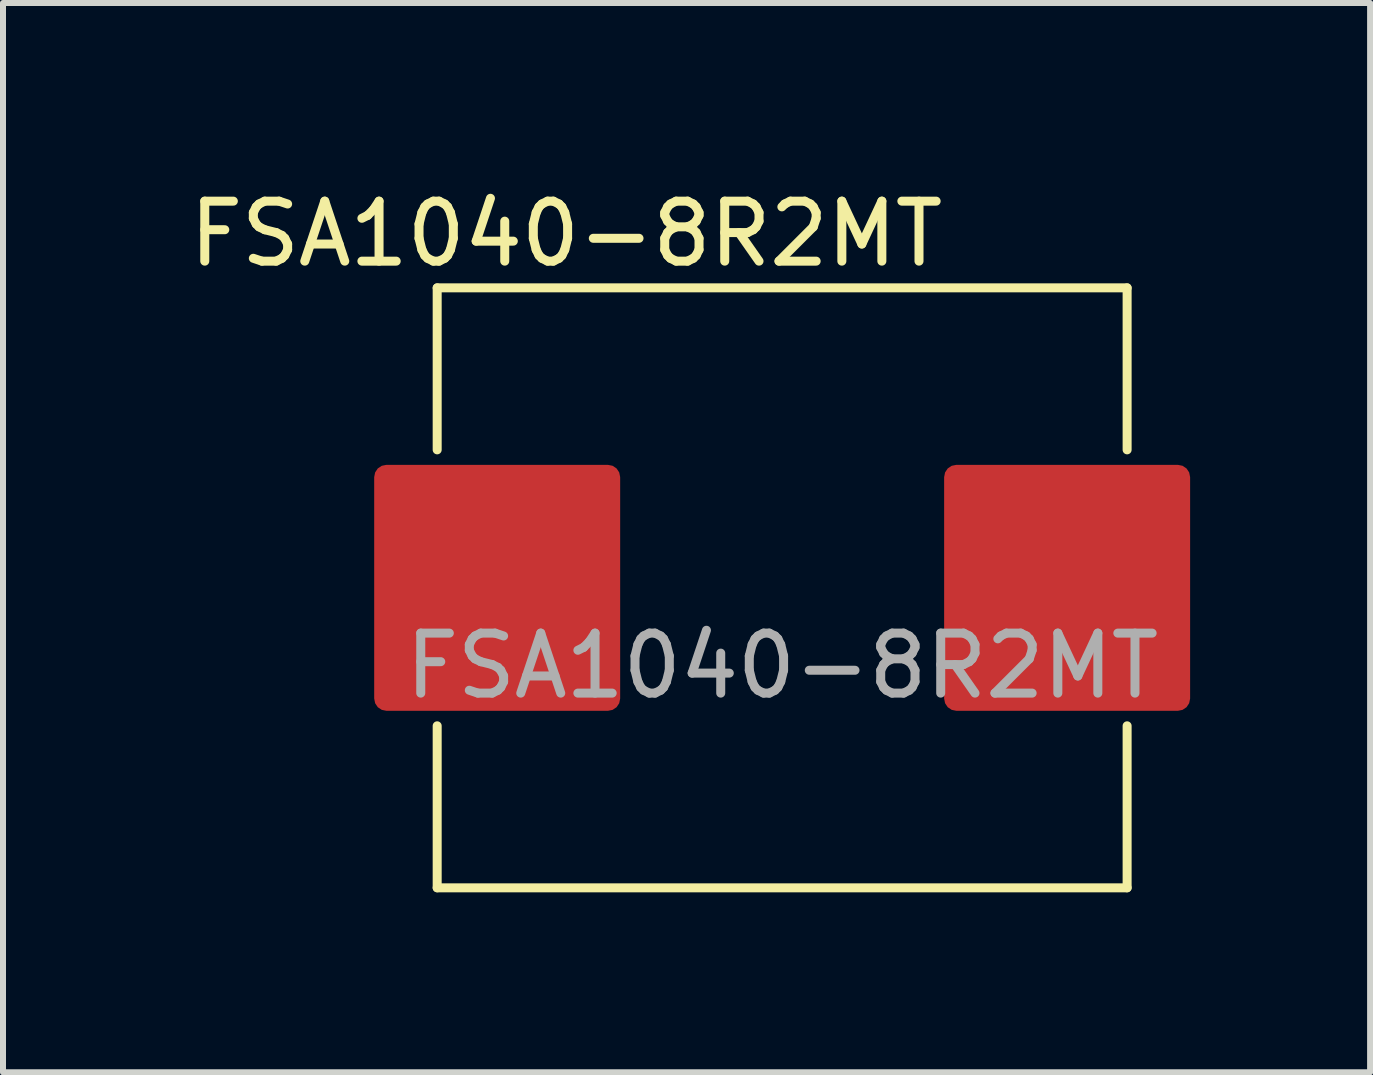
<source format=kicad_pcb>
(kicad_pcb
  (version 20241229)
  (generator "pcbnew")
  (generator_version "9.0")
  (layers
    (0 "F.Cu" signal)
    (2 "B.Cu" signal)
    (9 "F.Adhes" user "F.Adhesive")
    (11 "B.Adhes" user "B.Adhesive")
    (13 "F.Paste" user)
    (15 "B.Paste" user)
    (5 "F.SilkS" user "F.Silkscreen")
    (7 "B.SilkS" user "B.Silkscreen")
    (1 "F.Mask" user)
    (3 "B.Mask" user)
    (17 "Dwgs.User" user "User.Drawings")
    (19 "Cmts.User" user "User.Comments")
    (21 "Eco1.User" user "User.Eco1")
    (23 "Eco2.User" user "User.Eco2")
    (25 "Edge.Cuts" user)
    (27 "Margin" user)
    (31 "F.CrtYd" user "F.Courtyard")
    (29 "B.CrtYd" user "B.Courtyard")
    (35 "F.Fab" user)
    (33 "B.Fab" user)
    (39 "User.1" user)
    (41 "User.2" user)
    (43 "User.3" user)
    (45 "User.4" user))
  (footprint "FSA1040-8R2MT"
    (layer "F.Cu")
    (at 9.987 6.748)
    (property "Reference" "FSA1040-8R2MT" (at -3.6 -5.9 0) (unlocked yes) (layer "F.SilkS") (effects (font (size 1 1) (thickness 0.15))))
    (attr smd)
    (fp_line (start -5.75 -5) (end -5.75 -2.3) (stroke (width 0.15) (type solid)) (layer "F.SilkS"))
    (fp_line (start -5.75 -5) (end 5.75 -5) (stroke (width 0.15) (type solid)) (layer "F.SilkS"))
    (fp_line (start -5.75 5) (end -5.75 2.3) (stroke (width 0.15) (type solid)) (layer "F.SilkS"))
    (fp_line (start 5.75 -5) (end 5.75 -2.3) (stroke (width 0.15) (type solid)) (layer "F.SilkS"))
    (fp_line (start 5.75 5) (end -5.75 5) (stroke (width 0.15) (type solid)) (layer "F.SilkS"))
    (fp_line (start 5.75 5) (end 5.75 2.3) (stroke (width 0.15) (type solid)) (layer "F.SilkS"))
    (fp_text user "${REFERENCE}" (at 0 1.3 0) (unlocked yes) (layer "F.Fab") (effects (font (size 1 1) (thickness 0.15))))
    (pad "1" smd roundrect (at -4.75 0) (size 4.1 4.1) (layers "F.Cu" "F.Mask" "F.Paste") (roundrect_rratio 0.05))
    (pad "2" smd roundrect (at 4.75 0) (size 4.1 4.1) (layers "F.Cu" "F.Mask" "F.Paste") (roundrect_rratio 0.05)))
  (gr_rect
    (start -3 -3)
    (end 19.787 14.823)
    (stroke (width 0.1) (type default))
    (fill no)
    (layer "Edge.Cuts")))
</source>
